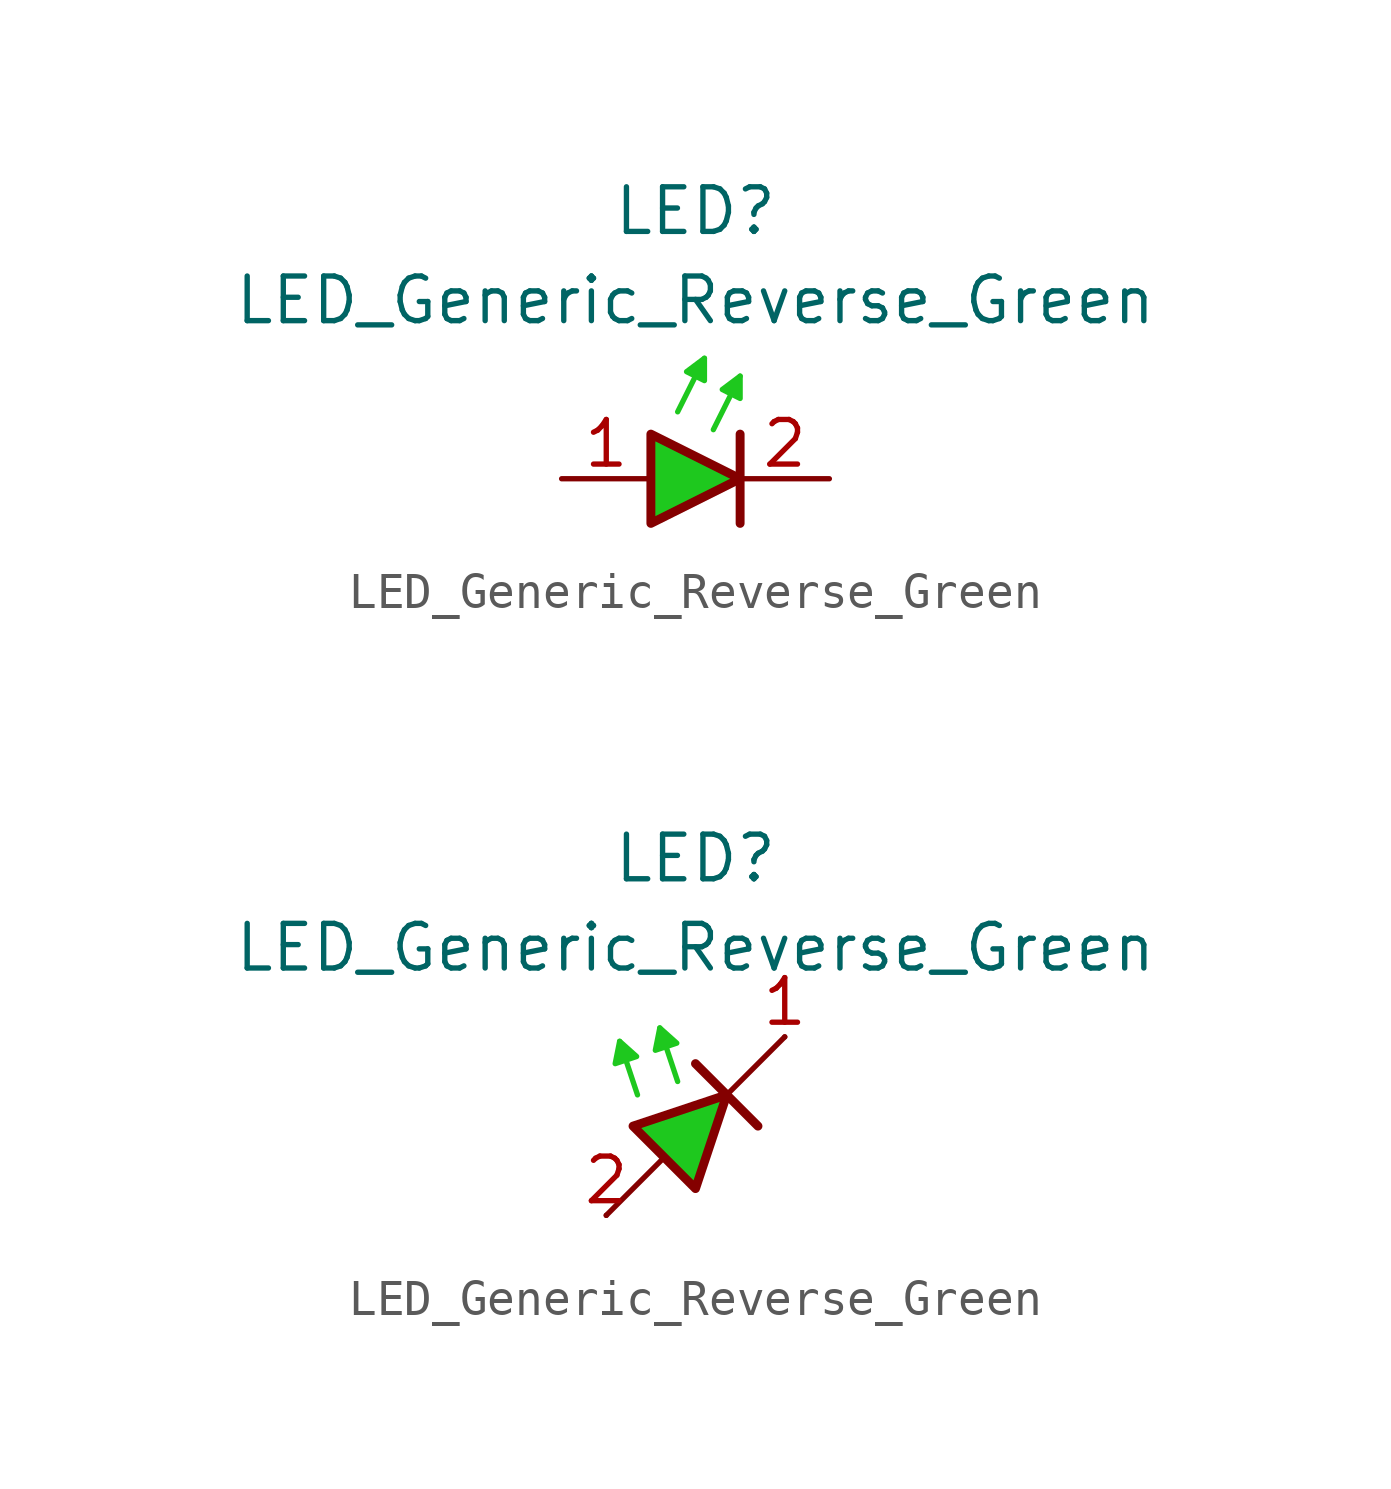
<source format=kicad_sym>
(kicad_symbol_lib
  (version 20231120)
  (generator "kicad_symbol_editor")
  (generator_version "8.0")
  (symbol "LED_Generic_Reverse_Green"
    (pin_names
      (offset 1.016) hide)
    (property "Reference" "LED"
      (at 0 7.62 0)
      (effects (font (size 1.27 1.27))))
    (property "Value" "LED_Generic_Reverse_Green"
      (at 0 5.08 0)
      (effects (font (size 1.27 1.27))))
    (symbol "LED_Generic_Reverse_Green_0_1"
      (polyline (pts (xy -0.508 1.905) (xy 0.254 3.429)) (stroke (width 0.152) (type default) (color 30 200 30 1)) (fill (type none)))
      (polyline (pts (xy 0.508 1.397) (xy 1.27 2.921)) (stroke (width 0.152) (type default) (color 30 200 30 1)) (fill (type none)))
      (polyline (pts (xy 1.27 1.27) (xy 1.27 -1.27)) (stroke (width 0.254) (type default)) (fill (type none)))
      (polyline (pts (xy -1.27 1.27) (xy -1.27 -1.27) (xy 1.27 0) (xy -1.27 1.27)) (stroke (width 0.254) (type default)) (fill (type color) (color 30 200 30 1)))
      (polyline (pts (xy 0.254 2.794) (xy -0.254 3.048) (xy 0.254 3.429) (xy 0.254 2.794)) (stroke (width 0) (type solid) (color 30 200 30 1)) (fill (type outline)))
      (polyline (pts (xy 1.27 2.286) (xy 0.762 2.54) (xy 1.27 2.921) (xy 1.27 2.286)) (stroke (width 0.152) (type default) (color 30 200 30 1)) (fill (type outline))))
    (symbol "LED_Generic_Reverse_Green_0_2"
      (polyline (pts (xy -2.54 -2.54) (xy -0.889 -0.889)) (stroke (width 0) (type default)) (fill (type none)))
      (polyline (pts (xy -1.651 0.889) (xy -2.159 2.413)) (stroke (width 0) (type default) (color 30 200 30 1)) (fill (type none)))
      (polyline (pts (xy -0.508 1.27) (xy -1.016 2.794)) (stroke (width 0) (type default) (color 30 200 30 1)) (fill (type none)))
      (polyline (pts (xy 0 1.778) (xy 1.778 0)) (stroke (width 0.254) (type default)) (fill (type none)))
      (polyline (pts (xy 0.889 0.889) (xy 2.54 2.54)) (stroke (width 0) (type default)) (fill (type none)))
      (polyline (pts (xy -0.889 -0.889) (xy -1.778 0) (xy 0.889 0.889) (xy 0 -1.778) (xy -0.889 -0.889)) (stroke (width 0.254) (type default)) (fill (type color) (color 30 200 30 1))))
    (symbol "LED_Generic_Reverse_Green_1_1"
      (pin passive line (at -3.81 0 0) (length 2.54) (name "A" (effects (font (size 1.27 1.27)))) (number "1" (effects (font (size 1.27 1.27)))))
      (pin passive line (at 3.81 0 180) (length 2.54) (name "K" (effects (font (size 1.27 1.27)))) (number "2" (effects (font (size 1.27 1.27))))))
    (symbol "LED_Generic_Reverse_Green_1_2"
      (polyline (pts (xy -2.159 2.413) (xy -2.286 1.778) (xy -1.676 1.981) (xy -2.159 2.413)) (stroke (width 0) (type default) (color 30 200 30 1)) (fill (type outline)))
      (polyline (pts (xy -1.016 2.794) (xy -1.143 2.159) (xy -0.533 2.362) (xy -1.016 2.794)) (stroke (width 0) (type default) (color 30 200 30 1)) (fill (type outline)))
      (pin passive line (at 2.54 2.54 180) (length 0) (name "K" (effects (font (size 1.27 1.27)))) (number "1" (effects (font (size 1.27 1.27)))))
      (pin passive line (at -2.54 -2.54 0) (length 0) (name "A" (effects (font (size 1.27 1.27)))) (number "2" (effects (font (size 1.27 1.27))))))))
</source>
